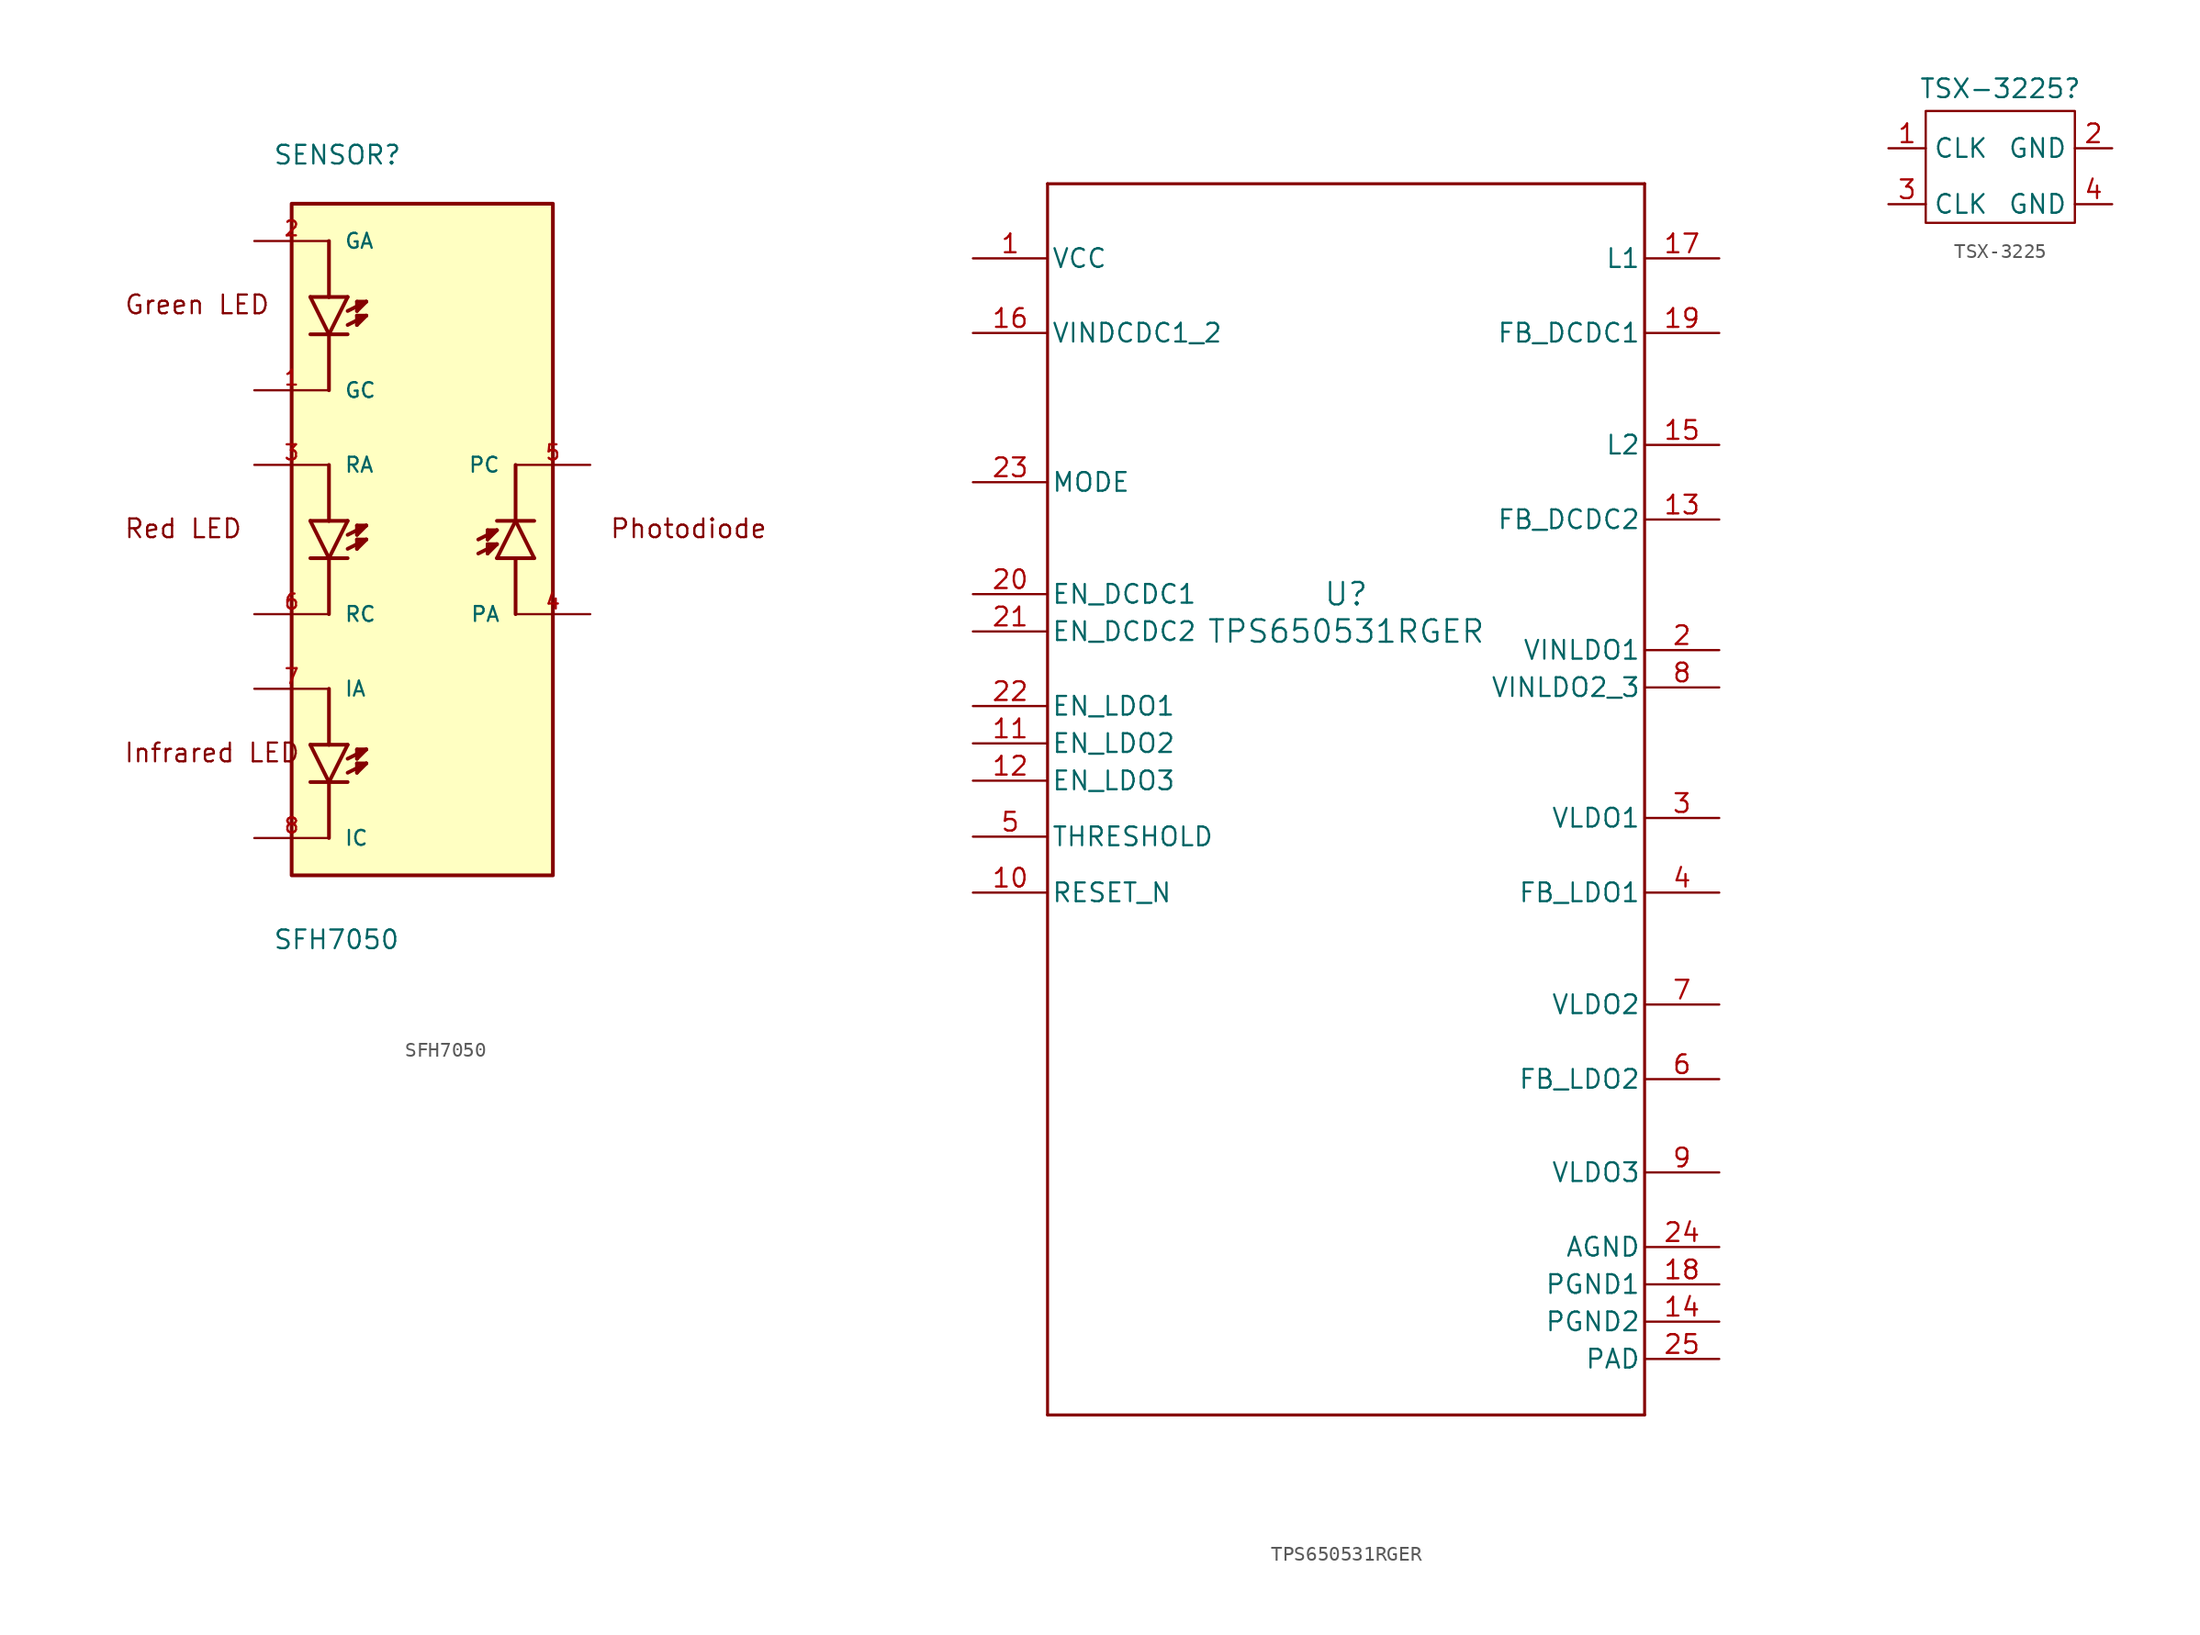
<source format=kicad_sym>
(kicad_symbol_lib
  (version 20241209)
  (generator "kicad_symbol_editor")
  (generator_version "9.0")
  (symbol "SFH7050"
    (pin_names
      (offset 1.016))
    (property "Reference" "SENSOR"
      (at -10.174 25.434 0)
      (effects (font (size 1.27 1.27)) (justify left bottom)))
    (property "Value" "SFH7050"
      (at -10.174 -27.979 0)
      (effects (font (size 1.27 1.27)) (justify left bottom)))
    (symbol "SFH7050_0_0"
      (rectangle (start -8.89 -22.86) (end 8.89 22.86) (stroke (width 0.254) (type default)) (fill (type background)))
      (polyline (pts (xy -7.62 16.51) (xy -6.35 16.51)) (stroke (width 0.254) (type default)) (fill (type none)))
      (polyline (pts (xy -7.62 13.97) (xy -6.35 13.97)) (stroke (width 0.254) (type default)) (fill (type none)))
      (polyline (pts (xy -7.62 1.27) (xy -6.35 1.27)) (stroke (width 0.254) (type default)) (fill (type none)))
      (polyline (pts (xy -7.62 -1.27) (xy -6.35 -1.27)) (stroke (width 0.254) (type default)) (fill (type none)))
      (polyline (pts (xy -7.62 -13.97) (xy -6.35 -13.97)) (stroke (width 0.254) (type default)) (fill (type none)))
      (polyline (pts (xy -7.62 -16.51) (xy -6.35 -16.51)) (stroke (width 0.254) (type default)) (fill (type none)))
      (polyline (pts (xy -6.35 20.32) (xy -6.35 16.51)) (stroke (width 0.254) (type default)) (fill (type none)))
      (polyline (pts (xy -6.35 16.51) (xy -5.08 16.51)) (stroke (width 0.254) (type default)) (fill (type none)))
      (polyline (pts (xy -6.35 13.97) (xy -7.62 16.51)) (stroke (width 0.254) (type default)) (fill (type none)))
      (polyline (pts (xy -6.35 13.97) (xy -6.35 10.16)) (stroke (width 0.254) (type default)) (fill (type none)))
      (polyline (pts (xy -6.35 13.97) (xy -5.08 13.97)) (stroke (width 0.254) (type default)) (fill (type none)))
      (polyline (pts (xy -6.35 5.08) (xy -6.35 1.27)) (stroke (width 0.254) (type default)) (fill (type none)))
      (polyline (pts (xy -6.35 1.27) (xy -5.08 1.27)) (stroke (width 0.254) (type default)) (fill (type none)))
      (polyline (pts (xy -6.35 -1.27) (xy -7.62 1.27)) (stroke (width 0.254) (type default)) (fill (type none)))
      (polyline (pts (xy -6.35 -1.27) (xy -6.35 -5.08)) (stroke (width 0.254) (type default)) (fill (type none)))
      (polyline (pts (xy -6.35 -1.27) (xy -5.08 -1.27)) (stroke (width 0.254) (type default)) (fill (type none)))
      (polyline (pts (xy -6.35 -10.16) (xy -6.35 -13.97)) (stroke (width 0.254) (type default)) (fill (type none)))
      (polyline (pts (xy -6.35 -13.97) (xy -5.08 -13.97)) (stroke (width 0.254) (type default)) (fill (type none)))
      (polyline (pts (xy -6.35 -16.51) (xy -7.62 -13.97)) (stroke (width 0.254) (type default)) (fill (type none)))
      (polyline (pts (xy -6.35 -16.51) (xy -6.35 -20.32)) (stroke (width 0.254) (type default)) (fill (type none)))
      (polyline (pts (xy -6.35 -16.51) (xy -5.08 -16.51)) (stroke (width 0.254) (type default)) (fill (type none)))
      (polyline (pts (xy -5.08 16.51) (xy -6.35 13.97)) (stroke (width 0.254) (type default)) (fill (type none)))
      (polyline (pts (xy -5.08 15.557) (xy -3.81 16.192)) (stroke (width 0.254) (type default)) (fill (type none)))
      (polyline (pts (xy -5.08 14.605) (xy -3.81 15.24)) (stroke (width 0.254) (type default)) (fill (type none)))
      (polyline (pts (xy -5.08 1.27) (xy -6.35 -1.27)) (stroke (width 0.254) (type default)) (fill (type none)))
      (polyline (pts (xy -5.08 0.318) (xy -3.81 0.953)) (stroke (width 0.254) (type default)) (fill (type none)))
      (polyline (pts (xy -5.08 -0.635) (xy -3.81 0)) (stroke (width 0.254) (type default)) (fill (type none)))
      (polyline (pts (xy -5.08 -13.97) (xy -6.35 -16.51)) (stroke (width 0.254) (type default)) (fill (type none)))
      (polyline (pts (xy -5.08 -14.922) (xy -3.81 -14.287)) (stroke (width 0.254) (type default)) (fill (type none)))
      (polyline (pts (xy -5.08 -15.875) (xy -3.81 -15.24)) (stroke (width 0.254) (type default)) (fill (type none)))
      (polyline (pts (xy -4.445 16.192) (xy -3.81 16.192)) (stroke (width 0.254) (type default)) (fill (type none)))
      (polyline (pts (xy -4.445 15.557) (xy -4.445 16.192)) (stroke (width 0.254) (type default)) (fill (type none)))
      (polyline (pts (xy -4.445 15.24) (xy -3.81 15.24)) (stroke (width 0.254) (type default)) (fill (type none)))
      (polyline (pts (xy -4.445 14.605) (xy -4.445 15.24)) (stroke (width 0.254) (type default)) (fill (type none)))
      (polyline (pts (xy -4.445 0.953) (xy -3.81 0.953)) (stroke (width 0.254) (type default)) (fill (type none)))
      (polyline (pts (xy -4.445 0.318) (xy -4.445 0.953)) (stroke (width 0.254) (type default)) (fill (type none)))
      (polyline (pts (xy -4.445 0) (xy -3.81 0)) (stroke (width 0.254) (type default)) (fill (type none)))
      (polyline (pts (xy -4.445 -0.635) (xy -4.445 0)) (stroke (width 0.254) (type default)) (fill (type none)))
      (polyline (pts (xy -4.445 -14.287) (xy -3.81 -14.287)) (stroke (width 0.254) (type default)) (fill (type none)))
      (polyline (pts (xy -4.445 -14.922) (xy -4.445 -14.287)) (stroke (width 0.254) (type default)) (fill (type none)))
      (polyline (pts (xy -4.445 -15.24) (xy -3.81 -15.24)) (stroke (width 0.254) (type default)) (fill (type none)))
      (polyline (pts (xy -4.445 -15.875) (xy -4.445 -15.24)) (stroke (width 0.254) (type default)) (fill (type none)))
      (polyline (pts (xy -3.81 16.192) (xy -4.445 15.557)) (stroke (width 0.254) (type default)) (fill (type none)))
      (polyline (pts (xy -3.81 15.24) (xy -4.445 14.605)) (stroke (width 0.254) (type default)) (fill (type none)))
      (polyline (pts (xy -3.81 0.953) (xy -4.445 0.318)) (stroke (width 0.254) (type default)) (fill (type none)))
      (polyline (pts (xy -3.81 0) (xy -4.445 -0.635)) (stroke (width 0.254) (type default)) (fill (type none)))
      (polyline (pts (xy -3.81 -14.287) (xy -4.445 -14.922)) (stroke (width 0.254) (type default)) (fill (type none)))
      (polyline (pts (xy -3.81 -15.24) (xy -4.445 -15.875)) (stroke (width 0.254) (type default)) (fill (type none)))
      (polyline (pts (xy 3.81 0) (xy 5.08 0.635)) (stroke (width 0.254) (type default)) (fill (type none)))
      (polyline (pts (xy 3.81 -0.953) (xy 5.08 -0.318)) (stroke (width 0.254) (type default)) (fill (type none)))
      (polyline (pts (xy 4.445 0.635) (xy 5.08 0.635)) (stroke (width 0.254) (type default)) (fill (type none)))
      (polyline (pts (xy 4.445 0) (xy 4.445 0.635)) (stroke (width 0.254) (type default)) (fill (type none)))
      (polyline (pts (xy 4.445 -0.318) (xy 5.08 -0.318)) (stroke (width 0.254) (type default)) (fill (type none)))
      (polyline (pts (xy 4.445 -0.953) (xy 4.445 -0.318)) (stroke (width 0.254) (type default)) (fill (type none)))
      (polyline (pts (xy 5.08 0.635) (xy 4.445 0)) (stroke (width 0.254) (type default)) (fill (type none)))
      (polyline (pts (xy 5.08 -0.318) (xy 4.445 -0.953)) (stroke (width 0.254) (type default)) (fill (type none)))
      (polyline (pts (xy 5.08 -1.27) (xy 6.35 1.27)) (stroke (width 0.254) (type default)) (fill (type none)))
      (polyline (pts (xy 6.35 1.27) (xy 5.08 1.27)) (stroke (width 0.254) (type default)) (fill (type none)))
      (polyline (pts (xy 6.35 1.27) (xy 6.35 5.08)) (stroke (width 0.254) (type default)) (fill (type none)))
      (polyline (pts (xy 6.35 1.27) (xy 7.62 -1.27)) (stroke (width 0.254) (type default)) (fill (type none)))
      (polyline (pts (xy 6.35 -1.27) (xy 5.08 -1.27)) (stroke (width 0.254) (type default)) (fill (type none)))
      (polyline (pts (xy 6.35 -5.08) (xy 6.35 -1.27)) (stroke (width 0.254) (type default)) (fill (type none)))
      (polyline (pts (xy 7.62 1.27) (xy 6.35 1.27)) (stroke (width 0.254) (type default)) (fill (type none)))
      (polyline (pts (xy 7.62 -1.27) (xy 6.35 -1.27)) (stroke (width 0.254) (type default)) (fill (type none)))
      (text "Infrared LED" (at -20.346 -15.259 0) (effects (font (size 1.272 1.272)) (justify left bottom)))
      (text "Red LED" (at -20.336 0 0) (effects (font (size 1.271 1.271)) (justify left bottom)))
      (text "Green LED" (at -20.323 15.242 0) (effects (font (size 1.27 1.27)) (justify left bottom)))
      (text "Photodiode" (at 12.723 0 0) (effects (font (size 1.272 1.272)) (justify left bottom)))
      (pin passive line (at -11.43 20.32 0) (length 5.08) (name "GA" (effects (font (size 1.016 1.016)))) (number "2" (effects (font (size 1.016 1.016)))))
      (pin passive line (at -11.43 10.16 0) (length 5.08) (name "GC" (effects (font (size 1.016 1.016)))) (number "1" (effects (font (size 1.016 1.016)))))
      (pin passive line (at -11.43 5.08 0) (length 5.08) (name "RA" (effects (font (size 1.016 1.016)))) (number "3" (effects (font (size 1.016 1.016)))))
      (pin passive line (at -11.43 -5.08 0) (length 5.08) (name "RC" (effects (font (size 1.016 1.016)))) (number "6" (effects (font (size 1.016 1.016)))))
      (pin passive line (at -11.43 -10.16 0) (length 5.08) (name "IA" (effects (font (size 1.016 1.016)))) (number "7" (effects (font (size 1.016 1.016)))))
      (pin passive line (at -11.43 -20.32 0) (length 5.08) (name "IC" (effects (font (size 1.016 1.016)))) (number "8" (effects (font (size 1.016 1.016)))))
      (pin passive line (at 11.43 5.08 180) (length 5.08) (name "PC" (effects (font (size 1.016 1.016)))) (number "5" (effects (font (size 1.016 1.016)))))
      (pin passive line (at 11.43 -5.08 180) (length 5.08) (name "PA" (effects (font (size 1.016 1.016)))) (number "4" (effects (font (size 1.016 1.016)))))))
  (symbol "TPS650531RGER"
    (pin_names
      (offset 0.254))
    (property "Reference" "U"
      (at 0 22.86 0)
      (effects (font (size 1.524 1.524))))
    (property "Value" "TPS650531RGER"
      (at 0 20.32 0)
      (effects (font (size 1.524 1.524))))
    (property "ki_locked" ""
      (at 0 0 0)
      (effects (font (size 1.27 1.27))))
    (symbol "TPS650531RGER_0_1"
      (polyline (pts (xy -20.32 50.8) (xy -20.32 -33.02)) (stroke (width 0.203) (type default)) (fill (type none)))
      (polyline (pts (xy -20.32 -33.02) (xy 20.32 -33.02)) (stroke (width 0.203) (type default)) (fill (type none)))
      (polyline (pts (xy 20.32 50.8) (xy -20.32 50.8)) (stroke (width 0.203) (type default)) (fill (type none)))
      (polyline (pts (xy 20.32 -33.02) (xy 20.32 50.8)) (stroke (width 0.203) (type default)) (fill (type none)))
      (pin power_in line (at -25.4 45.72 0) (length 5.08) (name "VCC" (effects (font (size 1.27 1.27)))) (number "1" (effects (font (size 1.27 1.27)))))
      (pin power_in line (at -25.4 40.64 0) (length 5.08) (name "VINDCDC1_2" (effects (font (size 1.27 1.27)))) (number "16" (effects (font (size 1.27 1.27)))))
      (pin input line (at -25.4 30.48 0) (length 5.08) (name "MODE" (effects (font (size 1.27 1.27)))) (number "23" (effects (font (size 1.27 1.27)))))
      (pin input line (at -25.4 22.86 0) (length 5.08) (name "EN_DCDC1" (effects (font (size 1.27 1.27)))) (number "20" (effects (font (size 1.27 1.27)))))
      (pin input line (at -25.4 20.32 0) (length 5.08) (name "EN_DCDC2" (effects (font (size 1.27 1.27)))) (number "21" (effects (font (size 1.27 1.27)))))
      (pin input line (at -25.4 15.24 0) (length 5.08) (name "EN_LDO1" (effects (font (size 1.27 1.27)))) (number "22" (effects (font (size 1.27 1.27)))))
      (pin input line (at -25.4 12.7 0) (length 5.08) (name "EN_LDO2" (effects (font (size 1.27 1.27)))) (number "11" (effects (font (size 1.27 1.27)))))
      (pin input line (at -25.4 10.16 0) (length 5.08) (name "EN_LDO3" (effects (font (size 1.27 1.27)))) (number "12" (effects (font (size 1.27 1.27)))))
      (pin input line (at -25.4 6.35 0) (length 5.08) (name "THRESHOLD" (effects (font (size 1.27 1.27)))) (number "5" (effects (font (size 1.27 1.27)))))
      (pin open_collector line (at -25.4 2.54 0) (length 5.08) (name "RESET_N" (effects (font (size 1.27 1.27)))) (number "10" (effects (font (size 1.27 1.27)))))
      (pin power_in line (at 25.4 45.72 180) (length 5.08) (name "L1" (effects (font (size 1.27 1.27)))) (number "17" (effects (font (size 1.27 1.27)))))
      (pin input line (at 25.4 40.64 180) (length 5.08) (name "FB_DCDC1" (effects (font (size 1.27 1.27)))) (number "19" (effects (font (size 1.27 1.27)))))
      (pin power_in line (at 25.4 33.02 180) (length 5.08) (name "L2" (effects (font (size 1.27 1.27)))) (number "15" (effects (font (size 1.27 1.27)))))
      (pin input line (at 25.4 27.94 180) (length 5.08) (name "FB_DCDC2" (effects (font (size 1.27 1.27)))) (number "13" (effects (font (size 1.27 1.27)))))
      (pin power_in line (at 25.4 19.05 180) (length 5.08) (name "VINLDO1" (effects (font (size 1.27 1.27)))) (number "2" (effects (font (size 1.27 1.27)))))
      (pin power_in line (at 25.4 16.51 180) (length 5.08) (name "VINLDO2_3" (effects (font (size 1.27 1.27)))) (number "8" (effects (font (size 1.27 1.27)))))
      (pin power_in line (at 25.4 7.62 180) (length 5.08) (name "VLDO1" (effects (font (size 1.27 1.27)))) (number "3" (effects (font (size 1.27 1.27)))))
      (pin input line (at 25.4 2.54 180) (length 5.08) (name "FB_LDO1" (effects (font (size 1.27 1.27)))) (number "4" (effects (font (size 1.27 1.27)))))
      (pin power_in line (at 25.4 -5.08 180) (length 5.08) (name "VLDO2" (effects (font (size 1.27 1.27)))) (number "7" (effects (font (size 1.27 1.27)))))
      (pin input line (at 25.4 -10.16 180) (length 5.08) (name "FB_LDO2" (effects (font (size 1.27 1.27)))) (number "6" (effects (font (size 1.27 1.27)))))
      (pin power_in line (at 25.4 -16.51 180) (length 5.08) (name "VLDO3" (effects (font (size 1.27 1.27)))) (number "9" (effects (font (size 1.27 1.27)))))
      (pin power_in line (at 25.4 -21.59 180) (length 5.08) (name "AGND" (effects (font (size 1.27 1.27)))) (number "24" (effects (font (size 1.27 1.27)))))
      (pin power_in line (at 25.4 -24.13 180) (length 5.08) (name "PGND1" (effects (font (size 1.27 1.27)))) (number "18" (effects (font (size 1.27 1.27)))))
      (pin power_in line (at 25.4 -26.67 180) (length 5.08) (name "PGND2" (effects (font (size 1.27 1.27)))) (number "14" (effects (font (size 1.27 1.27)))))
      (pin power_in line (at 25.4 -29.21 180) (length 5.08) (name "PAD" (effects (font (size 1.27 1.27)))) (number "25" (effects (font (size 1.27 1.27)))))))
  (symbol "TSX-3225"
    (property "Reference" "TSX-3225"
      (at 0 5.334 0)
      (effects (font (size 1.27 1.27))))
    (property "Value" ""
      (at 0 0 0)
      (effects (font (size 1.27 1.27))))
    (symbol "TSX-3225_0_0"
      (pin bidirectional line (at -7.62 1.27 0) (length 2.54) (name "CLK" (effects (font (size 1.27 1.27)))) (number "1" (effects (font (size 1.27 1.27)))))
      (pin bidirectional line (at -7.62 -2.54 0) (length 2.54) (name "CLK" (effects (font (size 1.27 1.27)))) (number "3" (effects (font (size 1.27 1.27)))))
      (pin power_in line (at 7.62 1.27 180) (length 2.54) (name "GND" (effects (font (size 1.27 1.27)))) (number "2" (effects (font (size 1.27 1.27)))))
      (pin power_in line (at 7.62 -2.54 180) (length 2.54) (name "GND" (effects (font (size 1.27 1.27)))) (number "4" (effects (font (size 1.27 1.27))))))
    (symbol "TSX-3225_0_1"
      (rectangle (start -5.08 3.81) (end 5.08 -3.81) (stroke (width 0) (type default)) (fill (type none))))))
</source>
